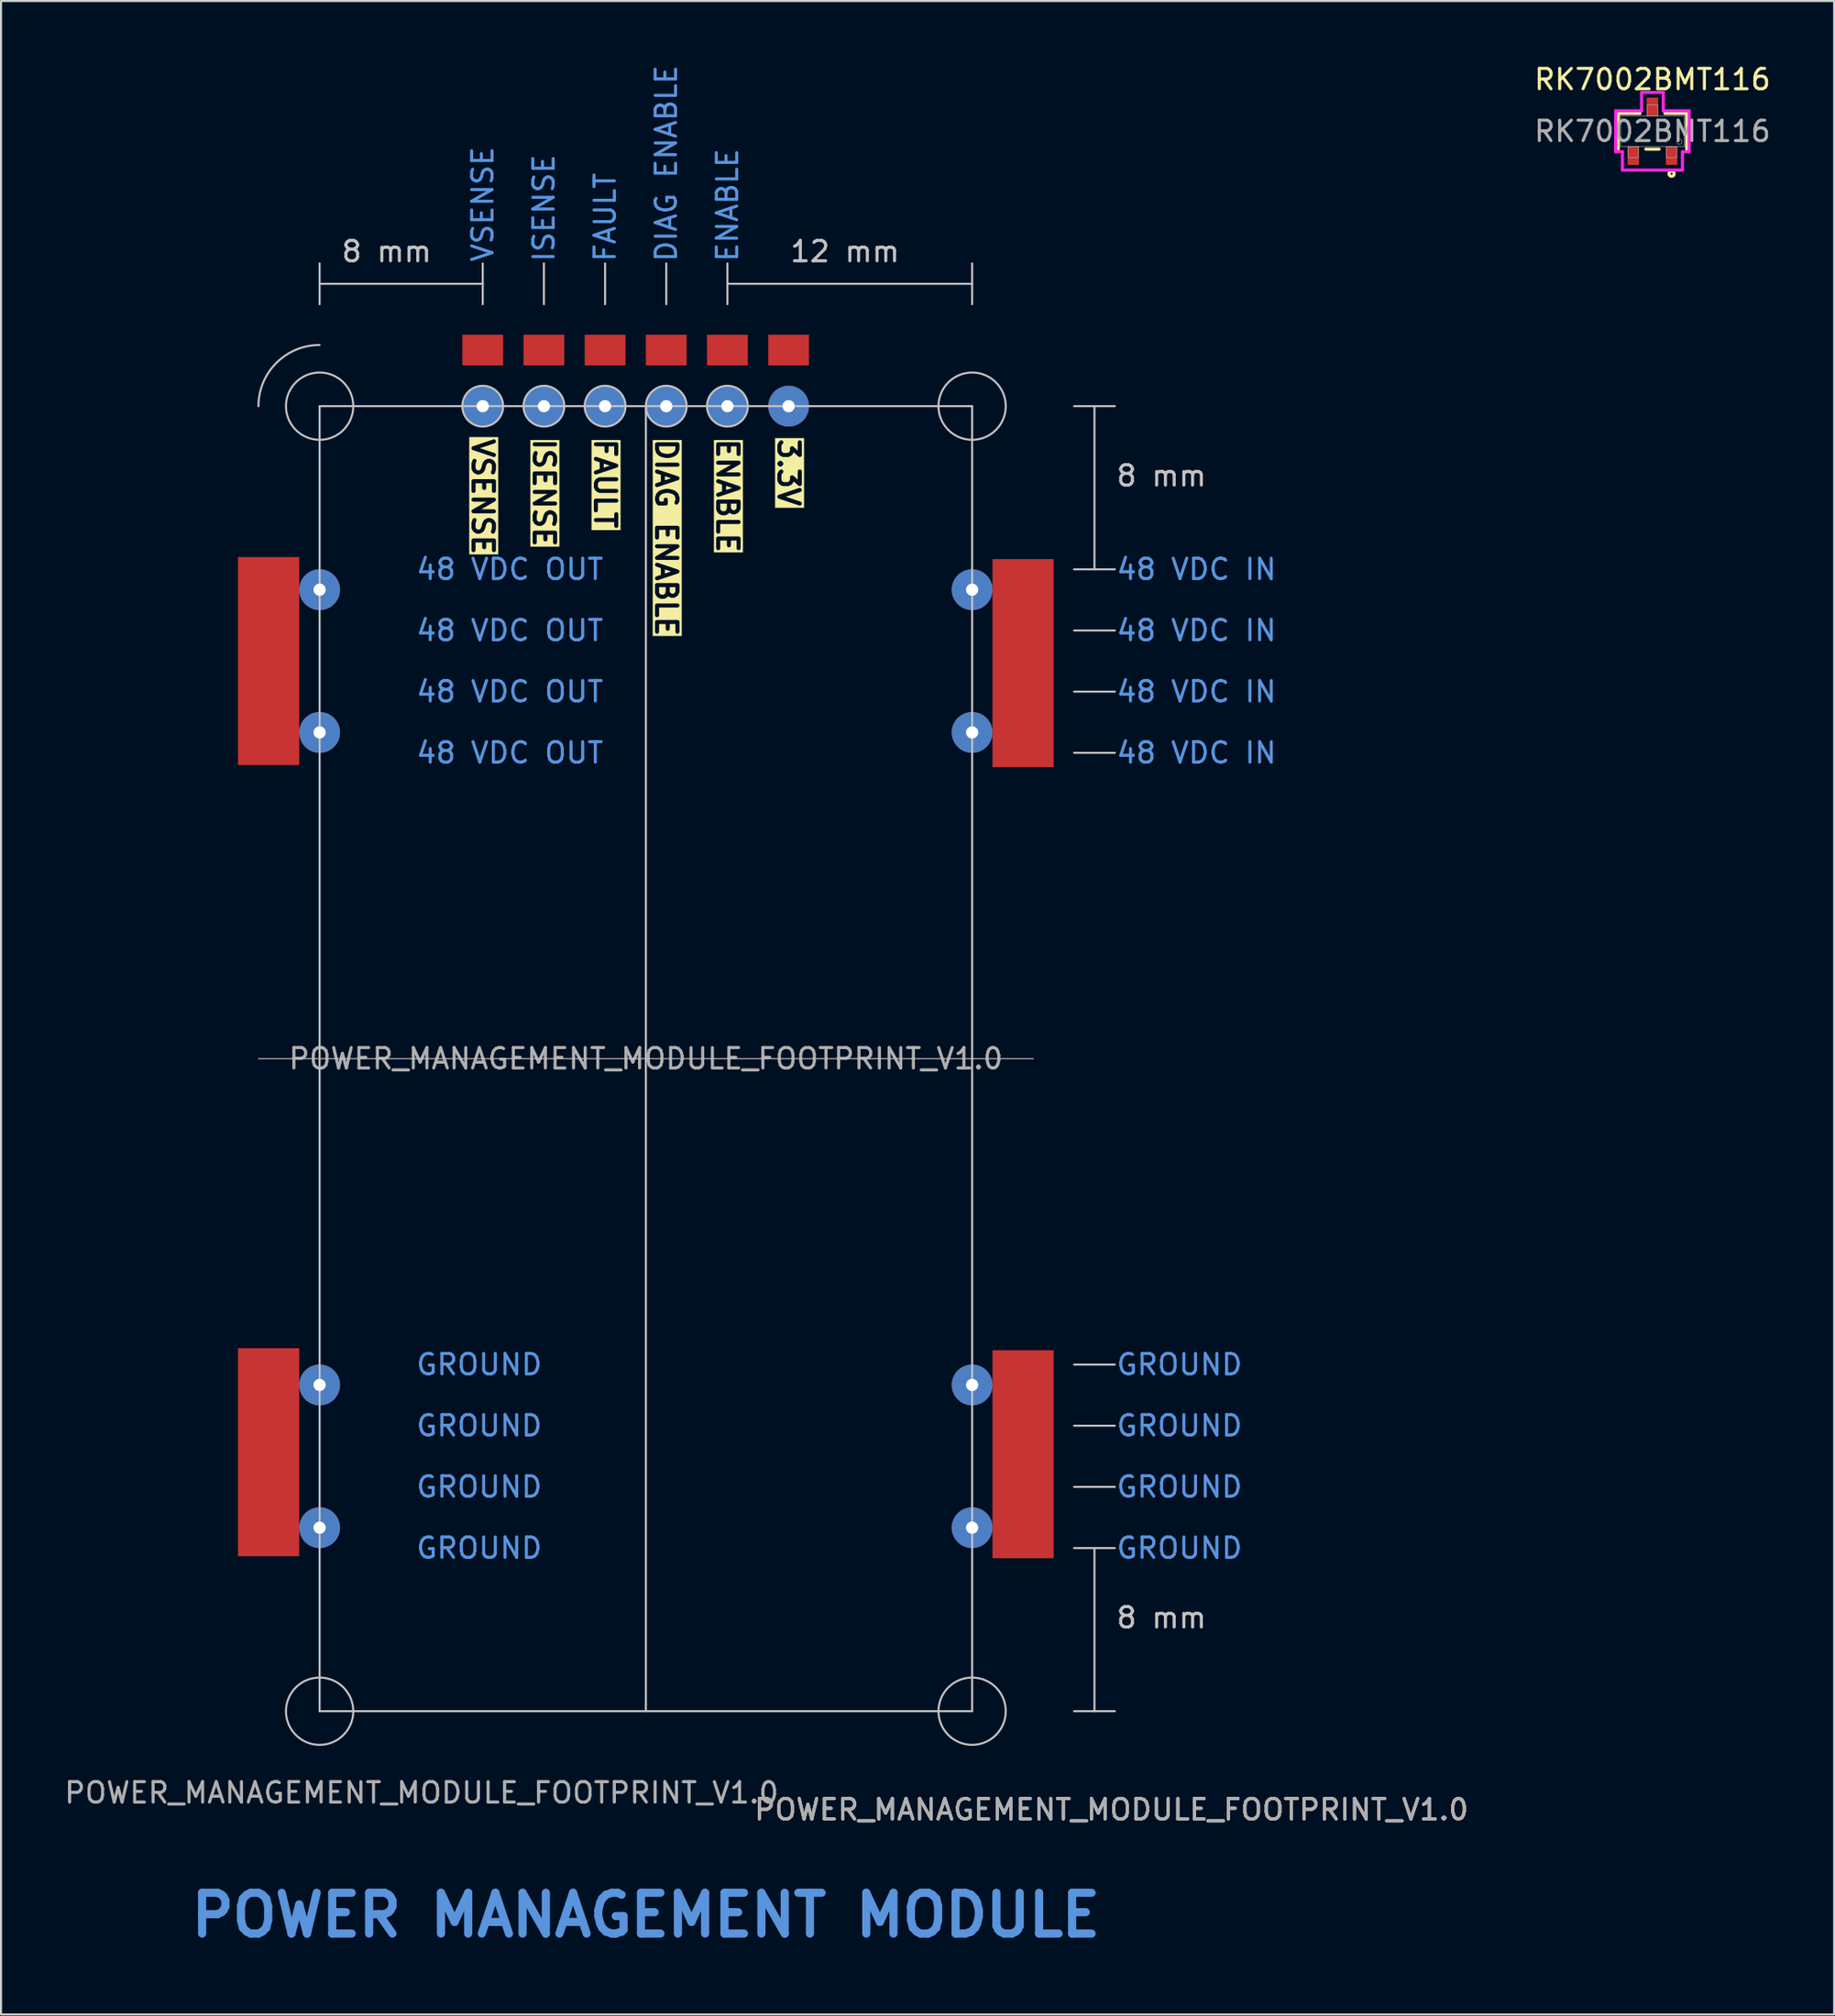
<source format=kicad_pcb>
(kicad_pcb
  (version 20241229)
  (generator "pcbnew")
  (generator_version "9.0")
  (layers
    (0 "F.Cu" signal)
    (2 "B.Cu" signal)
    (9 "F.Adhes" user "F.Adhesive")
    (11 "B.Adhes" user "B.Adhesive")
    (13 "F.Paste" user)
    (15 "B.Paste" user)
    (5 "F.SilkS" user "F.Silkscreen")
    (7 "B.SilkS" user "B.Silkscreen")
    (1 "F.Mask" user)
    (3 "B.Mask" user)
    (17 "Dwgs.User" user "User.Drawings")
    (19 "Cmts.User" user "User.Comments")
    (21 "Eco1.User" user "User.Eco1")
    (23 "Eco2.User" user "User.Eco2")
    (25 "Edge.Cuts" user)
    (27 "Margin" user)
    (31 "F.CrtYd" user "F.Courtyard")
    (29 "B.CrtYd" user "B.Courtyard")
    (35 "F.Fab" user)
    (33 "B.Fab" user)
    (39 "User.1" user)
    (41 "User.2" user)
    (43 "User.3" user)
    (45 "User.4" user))
  (footprint "POWER_MANAGEMENT_MODULE_FOOTPRINT_V1.0"
    (layer "F.Cu")
    (at 28.625 48.869)
    (property "Reference" "POWER_MANAGEMENT_MODULE_FOOTPRINT_V1.0" (at -11 36 0) (unlocked yes) (layer "F.SilkS") (effects (font (size 1 1) (thickness 0.1))))
    (attr exclude_from_pos_files allow_missing_courtyard)
    (fp_line (start -16 -38) (end -8 -38) (stroke (width 0.1) (type default)) (layer "Dwgs.User"))
    (fp_line (start -16 -37) (end -16 -39) (stroke (width 0.1) (type default)) (layer "Dwgs.User"))
    (fp_line (start -16 -32) (end 16 -32) (stroke (width 0.1) (type default)) (layer "Dwgs.User"))
    (fp_line (start -16 32) (end -16 -32) (stroke (width 0.1) (type default)) (layer "Dwgs.User"))
    (fp_line (start -8 -37) (end -8 -39) (stroke (width 0.1) (type default)) (layer "Dwgs.User"))
    (fp_line (start -5 -37) (end -5 -39) (stroke (width 0.1) (type default)) (layer "Dwgs.User"))
    (fp_line (start -2 -37) (end -2 -39) (stroke (width 0.1) (type default)) (layer "Dwgs.User"))
    (fp_line (start 0 -32) (end 0 32) (stroke (width 0.1) (type default)) (layer "Dwgs.User"))
    (fp_line (start 1 -37) (end 1 -39) (stroke (width 0.1) (type default)) (layer "Dwgs.User"))
    (fp_line (start 4 -37) (end 4 -39) (stroke (width 0.1) (type default)) (layer "Dwgs.User"))
    (fp_line (start 16 32) (end -16 32) (stroke (width 0.1) (type default)) (layer "Dwgs.User"))
    (fp_line (start 16 32) (end 16 -32) (stroke (width 0.1) (type default)) (layer "Dwgs.User"))
    (fp_line (start 16 -38) (end 4 -38) (stroke (width 0.1) (type default)) (layer "Dwgs.User"))
    (fp_line (start 16 -37) (end 16 -39) (stroke (width 0.1) (type default)) (layer "Dwgs.User"))
    (fp_line (start 19 -0.000001) (end -19 0) (stroke (width 0.05) (type default)) (layer "Dwgs.User"))
    (fp_line (start 21 -32) (end 23 -32) (stroke (width 0.1) (type default)) (layer "Dwgs.User"))
    (fp_line (start 21 -24) (end 23 -24) (stroke (width 0.1) (type default)) (layer "Dwgs.User"))
    (fp_line (start 21 -21) (end 23 -21) (stroke (width 0.1) (type default)) (layer "Dwgs.User"))
    (fp_line (start 21 -18) (end 23 -18) (stroke (width 0.1) (type default)) (layer "Dwgs.User"))
    (fp_line (start 21 -15) (end 23 -15) (stroke (width 0.1) (type default)) (layer "Dwgs.User"))
    (fp_line (start 21 15) (end 23 15) (stroke (width 0.1) (type default)) (layer "Dwgs.User"))
    (fp_line (start 21 18) (end 23 18) (stroke (width 0.1) (type default)) (layer "Dwgs.User"))
    (fp_line (start 21 21) (end 23 21) (stroke (width 0.1) (type default)) (layer "Dwgs.User"))
    (fp_line (start 21 24) (end 23 24) (stroke (width 0.1) (type default)) (layer "Dwgs.User"))
    (fp_line (start 21 32) (end 23 32) (stroke (width 0.1) (type default)) (layer "Dwgs.User"))
    (fp_line (start 22 -24) (end 22 -32) (stroke (width 0.1) (type default)) (layer "Dwgs.User"))
    (fp_line (start 22 32) (end 22 24) (stroke (width 0.1) (type default)) (layer "Dwgs.User"))
    (fp_arc (start -19.000001 -32.000001) (mid -18.121321 -34.121321) (end -16.000001 -35.000001) (stroke (width 0.1) (type default)) (layer "Dwgs.User"))
    (fp_circle (center -16 -32) (end -14.35 -32) (stroke (width 0.1) (type default)) (fill no) (layer "Dwgs.User"))
    (fp_circle (center -16 32) (end -14.35 32) (stroke (width 0.1) (type default)) (fill no) (layer "Dwgs.User"))
    (fp_circle (center -8 -32) (end -7 -32) (stroke (width 0.1) (type default)) (fill no) (layer "Dwgs.User"))
    (fp_circle (center -5 -32) (end -4 -32) (stroke (width 0.1) (type default)) (fill no) (layer "Dwgs.User"))
    (fp_circle (center -2 -32) (end -1 -32) (stroke (width 0.1) (type default)) (fill no) (layer "Dwgs.User"))
    (fp_circle (center 1 -32) (end 2 -32) (stroke (width 0.1) (type default)) (fill no) (layer "Dwgs.User"))
    (fp_circle (center 4 -32) (end 5 -32) (stroke (width 0.1) (type default)) (fill no) (layer "Dwgs.User"))
    (fp_circle (center 16 -32) (end 17.65 -32) (stroke (width 0.1) (type default)) (fill no) (layer "Dwgs.User"))
    (fp_circle (center 16 32) (end 17.65 32) (stroke (width 0.1) (type default)) (fill no) (layer "Dwgs.User"))
    (fp_line (start -19 -32) (end -19 32) (stroke (width 0.1) (type default)) (layer "User.1"))
    (fp_line (start -19 -32) (end -19 31) (stroke (width 0.1) (type default)) (layer "User.1"))
    (fp_line (start -16 35) (end 16 35) (stroke (width 0.1) (type default)) (layer "User.1"))
    (fp_line (start 16 -35) (end -16 -35) (stroke (width 0.1) (type default)) (layer "User.1"))
    (fp_line (start 19 32) (end 19 -32) (stroke (width 0.1) (type default)) (layer "User.1"))
    (fp_arc (start -19.000001 -32.000001) (mid -18.121321 -34.121321) (end -16.000001 -35.000001) (stroke (width 0.1) (type default)) (layer "User.1"))
    (fp_arc (start -16.000001 35.000001) (mid -18.121321 34.121321) (end -19.000001 32.000001) (stroke (width 0.1) (type default)) (layer "User.1"))
    (fp_arc (start 16.000001 -35.000001) (mid 18.121321 -34.121321) (end 19.000001 -32.000001) (stroke (width 0.1) (type default)) (layer "User.1"))
    (fp_arc (start 19 32) (mid 18.12132 34.12132) (end 16 35) (stroke (width 0.1) (type default)) (layer "User.1"))
    (fp_rect (start -9 -33) (end -7 -31) (stroke (width 0.1) (type default)) (fill no) (layer "User.2"))
    (fp_rect (start -6 -33) (end -4 -31) (stroke (width 0.1) (type default)) (fill no) (layer "User.2"))
    (fp_rect (start -3 -33) (end -1 -31) (stroke (width 0.1) (type default)) (fill no) (layer "User.2"))
    (fp_rect (start 0 -33) (end 2 -31) (stroke (width 0.1) (type default)) (fill no) (layer "User.2"))
    (fp_rect (start 3 -33) (end 5 -31) (stroke (width 0.1) (type default)) (fill no) (layer "User.2"))
    (fp_rect (start 6 -33) (end 8 -31) (stroke (width 0.1) (type default)) (fill no) (layer "User.2"))
    (fp_text user "VSENSE" (at -8 -30.5 270) (unlocked yes) (layer "F.SilkS" knockout) (effects (font (size 1 1) (thickness 0.2) (bold yes)) (justify left)))
    (fp_text user "ISENSE" (at -5 -30.5 270) (unlocked yes) (layer "F.SilkS" knockout) (effects (font (size 1 1) (thickness 0.2) (bold yes)) (justify left)))
    (fp_text user "ENABLE" (at 4 -30.5 270) (unlocked yes) (layer "F.SilkS" knockout) (effects (font (size 1 1) (thickness 0.2) (bold yes)) (justify left)))
    (fp_text user "FAULT" (at -2 -30.5 270) (unlocked yes) (layer "F.SilkS" knockout) (effects (font (size 1 1) (thickness 0.2) (bold yes)) (justify left)))
    (fp_text user "DIAG ENABLE" (at 1 -30.5 270) (unlocked yes) (layer "F.SilkS" knockout) (effects (font (size 1 1) (thickness 0.2) (bold yes)) (justify left)))
    (fp_text user "3.3V" (at 7 -30.5 270) (unlocked yes) (layer "F.SilkS" knockout) (effects (font (size 1 1) (thickness 0.2) (bold yes)) (justify left)))
    (fp_text user "12 mm" (at 7 -39 0) (unlocked yes) (layer "Dwgs.User") (effects (font (size 1 1) (thickness 0.15)) (justify left bottom)))
    (fp_text user "8 mm" (at 23 28 0) (unlocked yes) (layer "Dwgs.User") (effects (font (size 1 1) (thickness 0.15)) (justify left bottom)))
    (fp_text user "8 mm" (at -15 -39 0) (unlocked yes) (layer "Dwgs.User") (effects (font (size 1 1) (thickness 0.15)) (justify left bottom)))
    (fp_text user "8 mm" (at 23 -28 0) (unlocked yes) (layer "Dwgs.User") (effects (font (size 1 1) (thickness 0.15)) (justify left bottom)))
    (fp_text user "DIAG ENABLE" (at 1 -39 90) (unlocked yes) (layer "Cmts.User") (effects (font (size 1 1) (thickness 0.15)) (justify left)))
    (fp_text user "GROUND" (at 23 21 0) (unlocked yes) (layer "Cmts.User") (effects (font (size 1 1) (thickness 0.15)) (justify left)))
    (fp_text user "FAULT" (at -2 -39 90) (unlocked yes) (layer "Cmts.User") (effects (font (size 1 1) (thickness 0.15)) (justify left)))
    (fp_text user "GROUND" (at 23 18 0) (unlocked yes) (layer "Cmts.User") (effects (font (size 1 1) (thickness 0.15)) (justify left)))
    (fp_text user "48 VDC OUT" (at -2 -15 0) (unlocked yes) (layer "Cmts.User") (effects (font (size 1 1) (thickness 0.15)) (justify right)))
    (fp_text user "48 VDC IN" (at 23 -21 0) (unlocked yes) (layer "Cmts.User") (effects (font (size 1 1) (thickness 0.15)) (justify left)))
    (fp_text user "48 VDC IN" (at 23 -18 0) (unlocked yes) (layer "Cmts.User") (effects (font (size 1 1) (thickness 0.15)) (justify left)))
    (fp_text user "GROUND" (at 23 15 0) (unlocked yes) (layer "Cmts.User") (effects (font (size 1 1) (thickness 0.15)) (justify left)))
    (fp_text user "POWER MANAGEMENT MODULE" (at 0 42 0) (unlocked yes) (layer "Cmts.User") (effects (font (size 2 2) (thickness 0.4) (bold yes))))
    (fp_text user "GROUND" (at -5 15 0) (unlocked yes) (layer "Cmts.User") (effects (font (size 1 1) (thickness 0.15)) (justify right)))
    (fp_text user "48 VDC OUT" (at -2 -18 0) (unlocked yes) (layer "Cmts.User") (effects (font (size 1 1) (thickness 0.15)) (justify right)))
    (fp_text user "GROUND" (at -5 21 0) (unlocked yes) (layer "Cmts.User") (effects (font (size 1 1) (thickness 0.15)) (justify right)))
    (fp_text user "48 VDC IN" (at 23 -24 0) (unlocked yes) (layer "Cmts.User") (effects (font (size 1 1) (thickness 0.15)) (justify left)))
    (fp_text user "GROUND" (at 23 24 0) (unlocked yes) (layer "Cmts.User") (effects (font (size 1 1) (thickness 0.15)) (justify left)))
    (fp_text user "GROUND" (at -5 18 0) (unlocked yes) (layer "Cmts.User") (effects (font (size 1 1) (thickness 0.15)) (justify right)))
    (fp_text user "ISENSE" (at -5 -39 90) (unlocked yes) (layer "Cmts.User") (effects (font (size 1 1) (thickness 0.15)) (justify left)))
    (fp_text user "GROUND" (at -5 24 0) (unlocked yes) (layer "Cmts.User") (effects (font (size 1 1) (thickness 0.15)) (justify right)))
    (fp_text user "VSENSE" (at -8 -39 90) (unlocked yes) (layer "Cmts.User") (effects (font (size 1 1) (thickness 0.15)) (justify left)))
    (fp_text user "48 VDC IN" (at 23 -15 0) (unlocked yes) (layer "Cmts.User") (effects (font (size 1 1) (thickness 0.15)) (justify left)))
    (fp_text user "ENABLE" (at 4 -39 90) (unlocked yes) (layer "Cmts.User") (effects (font (size 1 1) (thickness 0.15)) (justify left)))
    (fp_text user "48 VDC OUT" (at -2 -24 0) (unlocked yes) (layer "Cmts.User") (effects (font (size 1 1) (thickness 0.15)) (justify right)))
    (fp_text user "48 VDC OUT" (at -2 -21 0) (unlocked yes) (layer "Cmts.User") (effects (font (size 1 1) (thickness 0.15)) (justify right)))
    (fp_text user "${REFERENCE}" (at 0 0 0) (unlocked yes) (layer "F.Fab") (effects (font (size 1 1) (thickness 0.15))))
    (fp_text user "${REFERENCE}" (at 22.828 36.828 0) (layer "F.Fab") (effects (font (size 1 1) (thickness 0.15))))
    (fp_text user "${REFERENCE}" (at 22.828 36.828 0) (layer "F.Fab") (effects (font (size 1 1) (thickness 0.15))))
    (fp_text user "${REFERENCE}" (at -11 36 0) (unlocked yes) (layer "F.Fab") (effects (font (size 1 1) (thickness 0.15))))
    (fp_text user "${REFERENCE}" (at 22.828 36.828 0) (layer "F.Fab") (effects (font (size 1 1) (thickness 0.15))))
    (pad "1" smd rect (at -18.5 -19.5) (size 3 10.2) (layers "F.Cu" "F.Mask"))
    (pad "1" thru_hole circle (at -16 -23) (size 2 2) (drill 0.6) (layers "*.Cu" "*.Mask"))
    (pad "1" thru_hole circle (at -16 -16) (size 2 2) (drill 0.6) (layers "*.Cu" "*.Mask"))
    (pad "2" smd rect (at -18.5 19.3) (size 3 10.2) (layers "F.Cu" "F.Mask"))
    (pad "2" thru_hole circle (at -16 16) (size 2 2) (drill 0.6) (layers "*.Cu" "*.Mask"))
    (pad "2" thru_hole circle (at -16 23) (size 2 2) (drill 0.6) (layers "*.Cu" "*.Mask"))
    (pad "3" thru_hole circle (at 16 16) (size 2 2) (drill 0.6) (layers "*.Cu" "*.Mask"))
    (pad "3" thru_hole circle (at 16 23) (size 2 2) (drill 0.6) (layers "*.Cu" "*.Mask"))
    (pad "3" smd rect (at 18.5 19.4) (size 3 10.2) (layers "F.Cu" "F.Mask"))
    (pad "4" thru_hole circle (at 16 -23) (size 2 2) (drill 0.6) (layers "*.Cu" "*.Mask"))
    (pad "4" thru_hole circle (at 16 -16) (size 2 2) (drill 0.6) (layers "*.Cu" "*.Mask"))
    (pad "4" smd rect (at 18.5 -19.4) (size 3 10.2) (layers "F.Cu" "F.Mask"))
    (pad "5" smd rect (at 7 -34.75) (size 2 1.5) (layers "F.Cu" "F.Mask"))
    (pad "5" thru_hole circle (at 7 -32) (size 2 2) (drill 0.6) (layers "*.Cu" "*.Mask"))
    (pad "6" smd rect (at 4 -34.75) (size 2 1.5) (layers "F.Cu" "F.Mask"))
    (pad "6" thru_hole circle (at 4 -32) (size 2 2) (drill 0.6) (layers "*.Cu" "*.Mask"))
    (pad "7" smd rect (at 1 -34.75) (size 2 1.5) (layers "F.Cu" "F.Mask"))
    (pad "7" thru_hole circle (at 1 -32) (size 2 2) (drill 0.6) (layers "*.Cu" "*.Mask"))
    (pad "8" smd rect (at -2 -34.75) (size 2 1.5) (layers "F.Cu" "F.Mask"))
    (pad "8" thru_hole circle (at -2 -32) (size 2 2) (drill 0.6) (layers "*.Cu" "*.Mask"))
    (pad "9" smd rect (at -5 -34.75) (size 2 1.5) (layers "F.Cu" "F.Mask"))
    (pad "9" thru_hole circle (at -5 -32) (size 2 2) (drill 0.6) (layers "*.Cu" "*.Mask"))
    (pad "10" smd rect (at -8 -34.75) (size 2 1.5) (layers "F.Cu" "F.Mask"))
    (pad "10" thru_hole circle (at -8 -32) (size 2 2) (drill 0.6) (layers "*.Cu" "*.Mask")))
  (footprint "RK7002BMT116"
    (layer "F.Cu")
    (at 77.989 3.388)
    (property "Reference" "RK7002BMT116" (at 0 -2.54 0) (unlocked yes) (layer "F.SilkS") (effects (font (size 1 1) (thickness 0.15))))
    (attr smd)
    (fp_line (start -1.676 -0.876) (end -1.676 0.876) (stroke (width 0.152) (type solid)) (layer "F.SilkS"))
    (fp_line (start -0.612 -0.876) (end -1.676 -0.876) (stroke (width 0.152) (type solid)) (layer "F.SilkS"))
    (fp_line (start -0.328 0.876) (end 0.328 0.876) (stroke (width 0.152) (type solid)) (layer "F.SilkS"))
    (fp_line (start 1.676 -0.876) (end 0.612 -0.876) (stroke (width 0.152) (type solid)) (layer "F.SilkS"))
    (fp_line (start 1.676 0.876) (end 1.676 -0.876) (stroke (width 0.152) (type solid)) (layer "F.SilkS"))
    (fp_circle (center 0.94 2.083) (end 1.067 2.083) (stroke (width 0.152) (type solid)) (fill no) (layer "F.SilkS"))
    (fp_line (start -1.803 -1.003) (end -0.533 -1.003) (stroke (width 0.152) (type solid)) (layer "F.CrtYd"))
    (fp_line (start -1.803 1.003) (end -1.803 -1.003) (stroke (width 0.152) (type solid)) (layer "F.CrtYd"))
    (fp_line (start -1.803 1.003) (end -1.473 1.003) (stroke (width 0.152) (type solid)) (layer "F.CrtYd"))
    (fp_line (start -1.473 1.003) (end -1.473 1.905) (stroke (width 0.152) (type solid)) (layer "F.CrtYd"))
    (fp_line (start -1.473 1.905) (end 1.473 1.905) (stroke (width 0.152) (type solid)) (layer "F.CrtYd"))
    (fp_line (start -0.533 -1.905) (end 0.533 -1.905) (stroke (width 0.152) (type solid)) (layer "F.CrtYd"))
    (fp_line (start -0.533 -1.003) (end -0.533 -1.905) (stroke (width 0.152) (type solid)) (layer "F.CrtYd"))
    (fp_line (start 0.533 -1.003) (end 0.533 -1.905) (stroke (width 0.152) (type solid)) (layer "F.CrtYd"))
    (fp_line (start 1.473 1.003) (end 1.473 1.905) (stroke (width 0.152) (type solid)) (layer "F.CrtYd"))
    (fp_line (start 1.803 -1.003) (end 0.533 -1.003) (stroke (width 0.152) (type solid)) (layer "F.CrtYd"))
    (fp_line (start 1.803 -1.003) (end 1.803 1.003) (stroke (width 0.152) (type solid)) (layer "F.CrtYd"))
    (fp_line (start 1.803 1.003) (end 1.473 1.003) (stroke (width 0.152) (type solid)) (layer "F.CrtYd"))
    (fp_line (start -1.549 -0.749) (end -1.549 0.749) (stroke (width 0.025) (type solid)) (layer "F.Fab"))
    (fp_line (start -1.549 0.749) (end 1.549 0.749) (stroke (width 0.025) (type solid)) (layer "F.Fab"))
    (fp_line (start -1.194 0.749) (end -1.194 1.295) (stroke (width 0.025) (type solid)) (layer "F.Fab"))
    (fp_line (start -1.194 1.295) (end -0.686 1.295) (stroke (width 0.025) (type solid)) (layer "F.Fab"))
    (fp_line (start -0.686 0.749) (end -1.194 0.749) (stroke (width 0.025) (type solid)) (layer "F.Fab"))
    (fp_line (start -0.686 1.295) (end -0.686 0.749) (stroke (width 0.025) (type solid)) (layer "F.Fab"))
    (fp_line (start -0.254 -1.295) (end -0.254 -0.749) (stroke (width 0.025) (type solid)) (layer "F.Fab"))
    (fp_line (start -0.254 -0.749) (end 0.254 -0.749) (stroke (width 0.025) (type solid)) (layer "F.Fab"))
    (fp_line (start 0.254 -1.295) (end -0.254 -1.295) (stroke (width 0.025) (type solid)) (layer "F.Fab"))
    (fp_line (start 0.254 -0.749) (end 0.254 -1.295) (stroke (width 0.025) (type solid)) (layer "F.Fab"))
    (fp_line (start 0.686 0.749) (end 0.686 1.295) (stroke (width 0.025) (type solid)) (layer "F.Fab"))
    (fp_line (start 0.686 1.295) (end 1.194 1.295) (stroke (width 0.025) (type solid)) (layer "F.Fab"))
    (fp_line (start 1.194 0.749) (end 0.686 0.749) (stroke (width 0.025) (type solid)) (layer "F.Fab"))
    (fp_line (start 1.194 1.295) (end 1.194 0.749) (stroke (width 0.025) (type solid)) (layer "F.Fab"))
    (fp_line (start 1.549 -0.749) (end -1.549 -0.749) (stroke (width 0.025) (type solid)) (layer "F.Fab"))
    (fp_line (start 1.549 0.749) (end 1.549 -0.749) (stroke (width 0.025) (type solid)) (layer "F.Fab"))
    (fp_circle (center 1.321 0.508) (end 1.448 0.508) (stroke (width 0.025) (type solid)) (fill no) (layer "F.Fab"))
    (fp_text user "${REFERENCE}" (at 0 0 0) (unlocked yes) (layer "F.Fab") (effects (font (size 1 1) (thickness 0.15))))
    (pad "1" smd rect (at 0.94 1.194) (size 0.559 0.914) (layers "F.Cu" "F.Mask" "F.Paste"))
    (pad "2" smd rect (at -0.94 1.194) (size 0.559 0.914) (layers "F.Cu" "F.Mask" "F.Paste"))
    (pad "3" smd rect (at 0 -1.194) (size 0.559 0.914) (layers "F.Cu" "F.Mask" "F.Paste")))
  (gr_rect
    (start -3 -3)
    (end 86.9 95.741)
    (stroke (width 0.1) (type default))
    (fill no)
    (layer "Edge.Cuts")))
</source>
